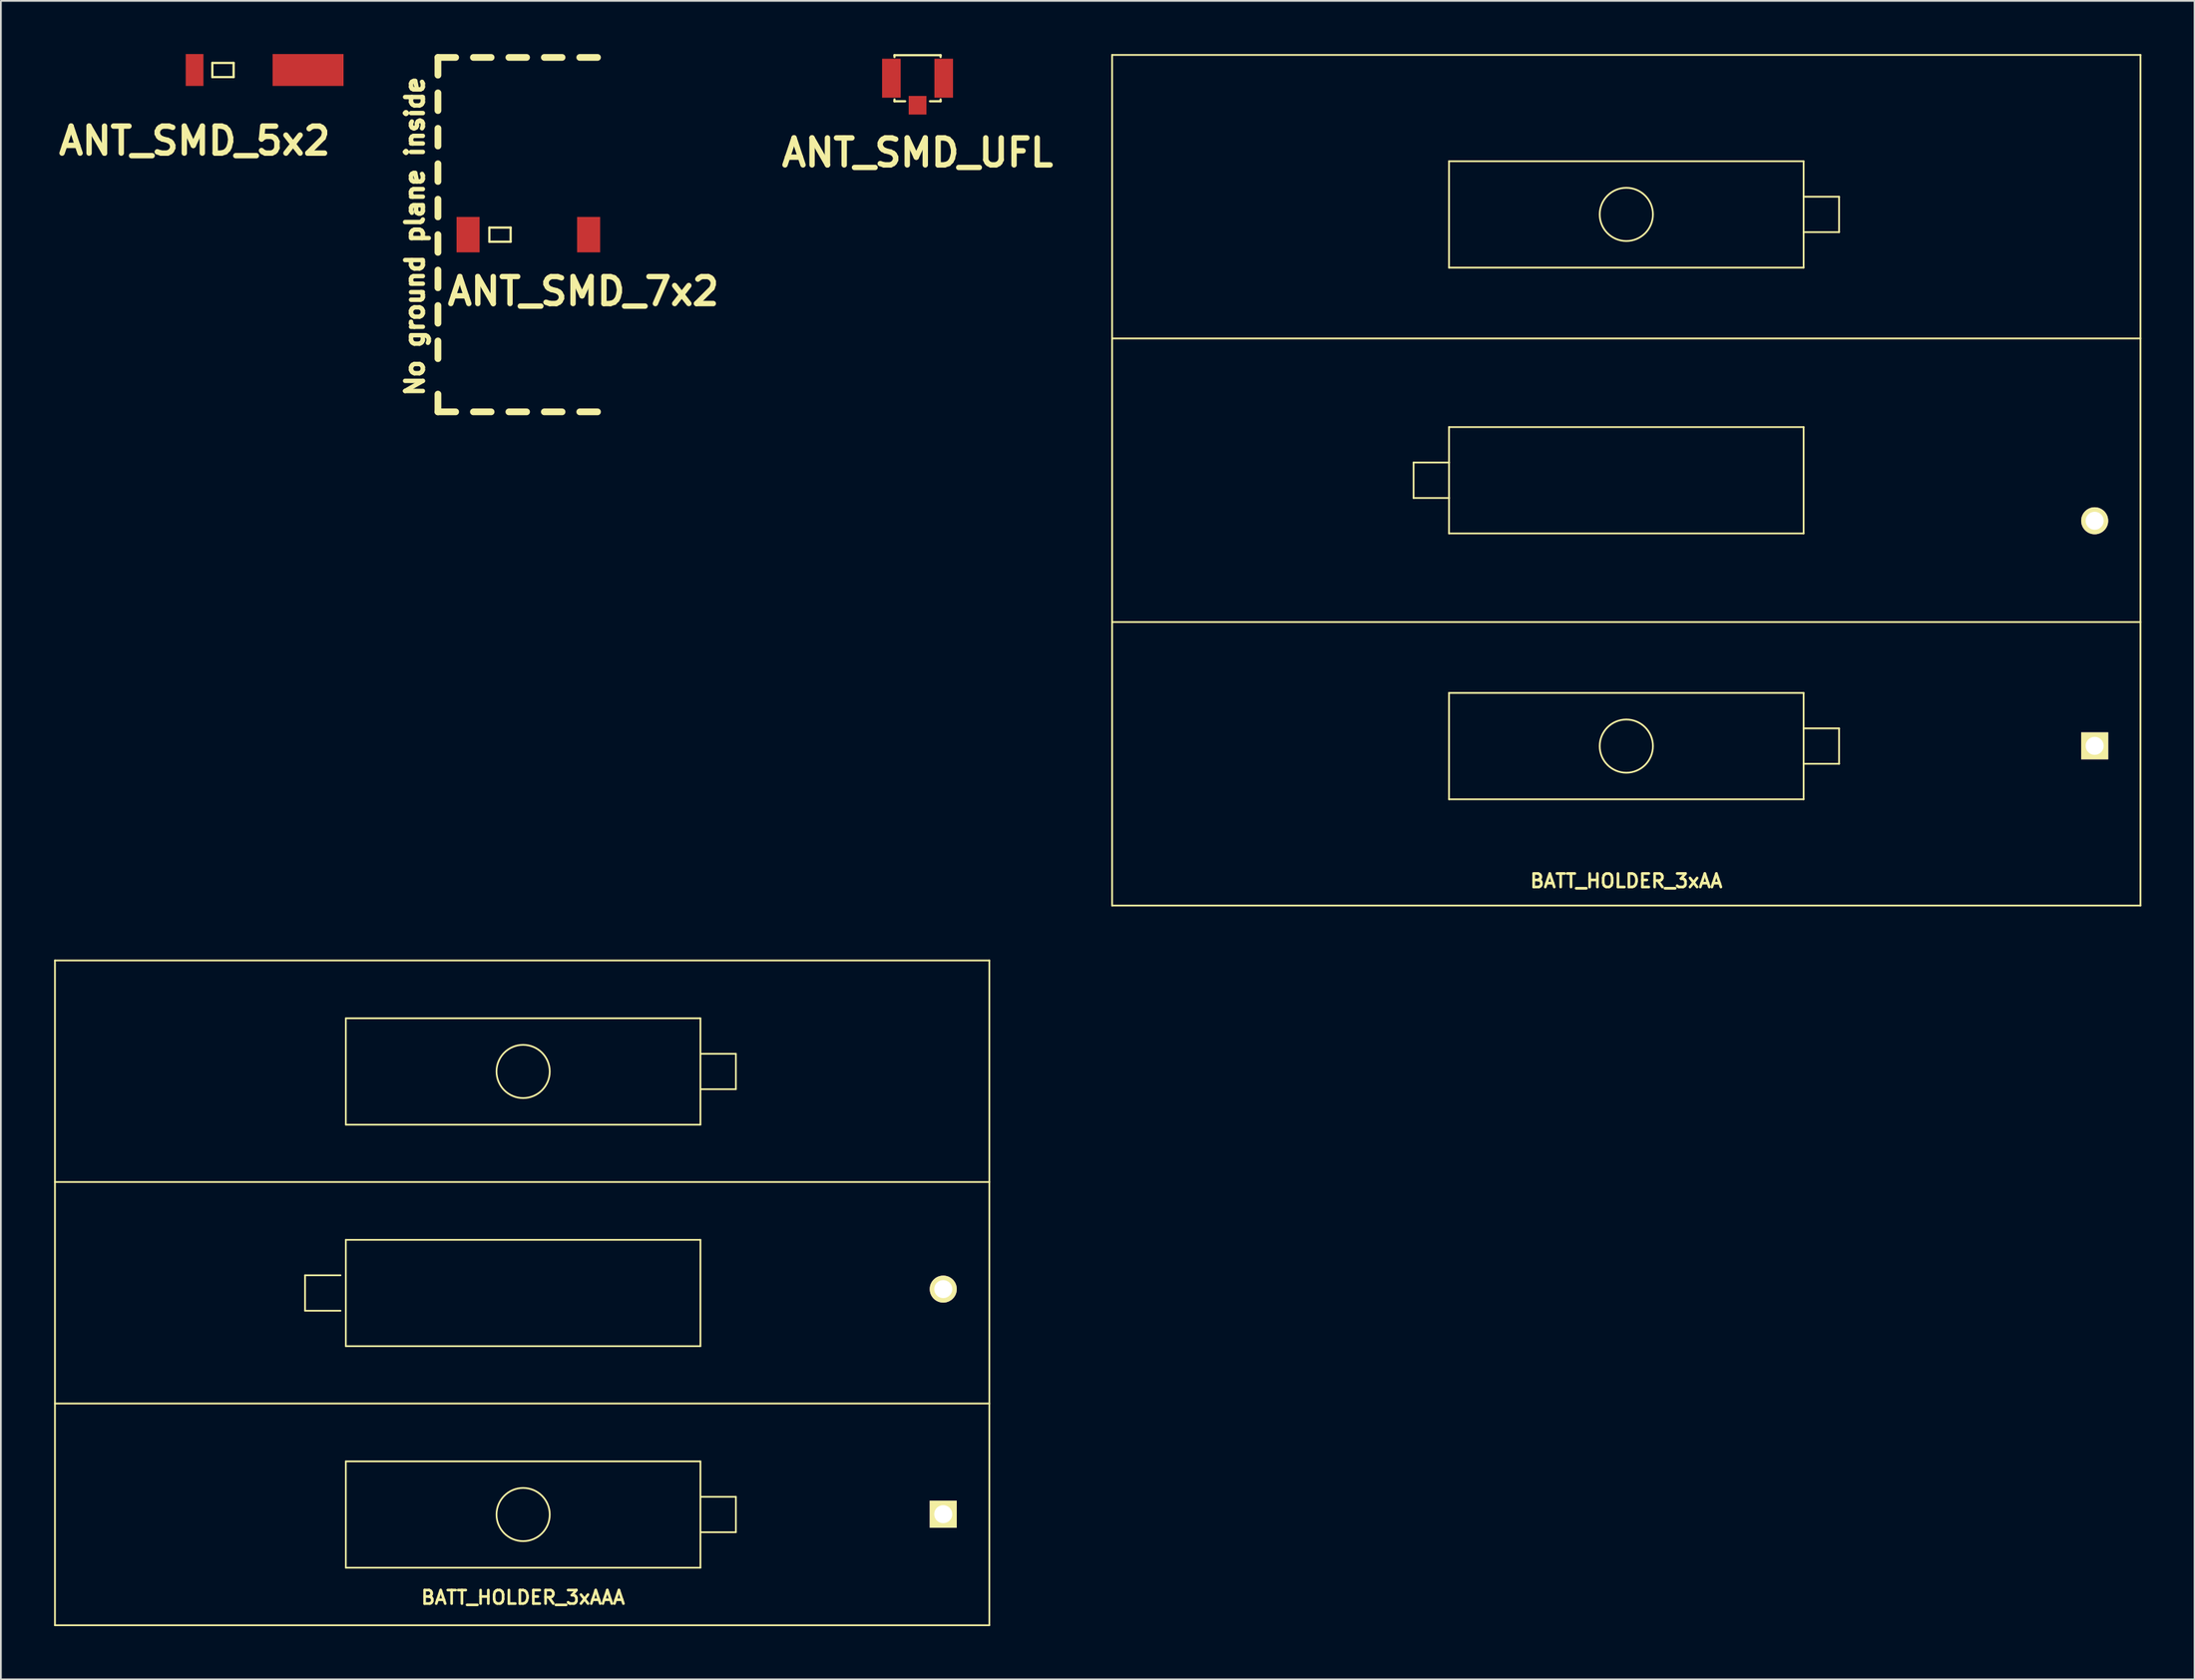
<source format=kicad_pcb>
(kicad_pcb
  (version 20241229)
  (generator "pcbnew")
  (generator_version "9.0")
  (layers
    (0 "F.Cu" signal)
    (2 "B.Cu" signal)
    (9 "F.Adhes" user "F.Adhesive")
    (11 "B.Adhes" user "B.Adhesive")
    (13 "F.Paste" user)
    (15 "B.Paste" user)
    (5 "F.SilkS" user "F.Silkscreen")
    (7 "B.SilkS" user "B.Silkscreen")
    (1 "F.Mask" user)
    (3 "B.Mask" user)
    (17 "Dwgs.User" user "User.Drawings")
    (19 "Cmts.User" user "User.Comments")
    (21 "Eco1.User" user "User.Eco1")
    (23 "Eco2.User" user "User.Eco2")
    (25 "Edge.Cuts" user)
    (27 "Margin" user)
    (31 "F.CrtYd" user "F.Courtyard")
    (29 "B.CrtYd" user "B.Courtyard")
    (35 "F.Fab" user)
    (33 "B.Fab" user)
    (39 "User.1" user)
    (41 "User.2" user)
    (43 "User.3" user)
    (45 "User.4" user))
  (footprint "BATT_HOLDER_3xAA"
    (layer "F.Cu")
    (at 115.092 39.036)
    (property "Reference" "BATT_HOLDER_3xAA" (at -26.416 7.62 0) (layer "F.SilkS") (effects (font (size 0.762 0.762) (thickness 0.152))))
    (attr through_hole)
    (fp_line (start -55.418 -38.986) (end 2.583 -38.986) (stroke (width 0.099) (type solid)) (layer "F.SilkS"))
    (fp_line (start -55.418 9.012) (end -55.418 -38.986) (stroke (width 0.099) (type solid)) (layer "F.SilkS"))
    (fp_line (start -55.418 9.012) (end 2.583 9.012) (stroke (width 0.099) (type solid)) (layer "F.SilkS"))
    (fp_line (start -55.415 -22.987) (end 2.583 -22.987) (stroke (width 0.099) (type solid)) (layer "F.SilkS"))
    (fp_line (start -55.415 -6.985) (end 2.583 -6.985) (stroke (width 0.099) (type solid)) (layer "F.SilkS"))
    (fp_line (start -38.415 -15.987) (end -38.415 -13.985) (stroke (width 0.099) (type solid)) (layer "F.SilkS"))
    (fp_line (start -38.415 -13.985) (end -36.416 -13.985) (stroke (width 0.099) (type solid)) (layer "F.SilkS"))
    (fp_line (start -36.416 -32.987) (end -16.416 -32.987) (stroke (width 0.099) (type solid)) (layer "F.SilkS"))
    (fp_line (start -36.416 -26.985) (end -36.416 -32.987) (stroke (width 0.099) (type solid)) (layer "F.SilkS"))
    (fp_line (start -36.416 -17.986) (end -16.416 -17.986) (stroke (width 0.099) (type solid)) (layer "F.SilkS"))
    (fp_line (start -36.416 -15.987) (end -38.415 -15.987) (stroke (width 0.099) (type solid)) (layer "F.SilkS"))
    (fp_line (start -36.416 -11.986) (end -36.416 -17.986) (stroke (width 0.099) (type solid)) (layer "F.SilkS"))
    (fp_line (start -36.416 -2.987) (end -16.416 -2.987) (stroke (width 0.099) (type solid)) (layer "F.SilkS"))
    (fp_line (start -36.416 3.015) (end -36.416 -2.987) (stroke (width 0.099) (type solid)) (layer "F.SilkS"))
    (fp_line (start -16.416 -32.987) (end -16.416 -26.985) (stroke (width 0.099) (type solid)) (layer "F.SilkS"))
    (fp_line (start -16.416 -30.985) (end -14.417 -30.985) (stroke (width 0.099) (type solid)) (layer "F.SilkS"))
    (fp_line (start -16.416 -26.985) (end -36.416 -26.985) (stroke (width 0.099) (type solid)) (layer "F.SilkS"))
    (fp_line (start -16.416 -17.986) (end -16.416 -11.986) (stroke (width 0.099) (type solid)) (layer "F.SilkS"))
    (fp_line (start -16.416 -11.986) (end -36.416 -11.986) (stroke (width 0.099) (type solid)) (layer "F.SilkS"))
    (fp_line (start -16.416 -2.987) (end -16.416 3.015) (stroke (width 0.099) (type solid)) (layer "F.SilkS"))
    (fp_line (start -16.416 -0.986) (end -14.417 -0.986) (stroke (width 0.099) (type solid)) (layer "F.SilkS"))
    (fp_line (start -16.416 3.015) (end -36.416 3.015) (stroke (width 0.099) (type solid)) (layer "F.SilkS"))
    (fp_line (start -14.417 -30.985) (end -14.417 -28.986) (stroke (width 0.099) (type solid)) (layer "F.SilkS"))
    (fp_line (start -14.417 -28.986) (end -16.416 -28.986) (stroke (width 0.099) (type solid)) (layer "F.SilkS"))
    (fp_line (start -14.417 -0.986) (end -14.417 1.013) (stroke (width 0.099) (type solid)) (layer "F.SilkS"))
    (fp_line (start -14.417 1.013) (end -16.416 1.013) (stroke (width 0.099) (type solid)) (layer "F.SilkS"))
    (fp_line (start 2.583 -38.986) (end 2.583 9.012) (stroke (width 0.099) (type solid)) (layer "F.SilkS"))
    (fp_circle (center -26.416 -29.987) (end -24.915 -29.987) (stroke (width 0.099) (type solid)) (fill no) (layer "F.SilkS"))
    (fp_circle (center -26.416 0.015) (end -24.915 0.015) (stroke (width 0.099) (type solid)) (fill no) (layer "F.SilkS"))
    (pad "1" thru_hole rect (at 0 0) (size 1.524 1.524) (drill 1.016) (layers "*.Cu" "*.Mask" "F.SilkS"))
    (pad "2" thru_hole circle (at 0 -12.7) (size 1.524 1.524) (drill 1.016) (layers "*.Cu" "*.Mask" "F.SilkS")))
  (footprint "ANT_SMD_UFL"
    (layer "F.Cu")
    (at 48.7 4.064)
    (property "Reference" "ANT_SMD_UFL" (at 0 1.501 0) (layer "F.SilkS") (effects (font (size 1.524 1.524) (thickness 0.305))))
    (attr through_hole)
    (fp_line (start -1.3 -4) (end -1.3 -3.899) (stroke (width 0.127) (type solid)) (layer "F.SilkS"))
    (fp_line (start -1.3 -1.501) (end -1.3 -1.4) (stroke (width 0.127) (type solid)) (layer "F.SilkS"))
    (fp_line (start -1.3 -1.4) (end -0.701 -1.4) (stroke (width 0.127) (type solid)) (layer "F.SilkS"))
    (fp_line (start 1.3 -4) (end -1.3 -4) (stroke (width 0.127) (type solid)) (layer "F.SilkS"))
    (fp_line (start 1.3 -3.899) (end 1.3 -4) (stroke (width 0.127) (type solid)) (layer "F.SilkS"))
    (fp_line (start 1.3 -1.501) (end 1.3 -1.4) (stroke (width 0.127) (type solid)) (layer "F.SilkS"))
    (fp_line (start 1.3 -1.4) (end 0.701 -1.4) (stroke (width 0.127) (type solid)) (layer "F.SilkS"))
    (pad "" smd rect (at -1.476 -2.7) (size 1.049 2.2) (layers "F.Cu" "F.Mask" "F.Paste"))
    (pad "" smd rect (at 1.476 -2.7) (size 1.049 2.2) (layers "F.Cu" "F.Mask" "F.Paste"))
    (pad "1" smd rect (at 0 -1.176) (size 1.001 1.049) (layers "F.Cu" "F.Mask" "F.Paste")))
  (footprint "BATT_HOLDER_3xAAA"
    (layer "F.Cu")
    (at 50.15 82.391)
    (property "Reference" "BATT_HOLDER_3xAAA" (at -23.7 4.7 0) (layer "F.SilkS") (effects (font (size 0.762 0.762) (thickness 0.152))))
    (attr through_hole)
    (fp_line (start -50.1 -31.244) (end 2.6 -31.244) (stroke (width 0.099) (type solid)) (layer "F.SilkS"))
    (fp_line (start -50.1 -18.744) (end 2.6 -18.744) (stroke (width 0.099) (type solid)) (layer "F.SilkS"))
    (fp_line (start -50.1 -6.244) (end 2.6 -6.244) (stroke (width 0.099) (type solid)) (layer "F.SilkS"))
    (fp_line (start -50.1 6.268) (end -50.1 -31.244) (stroke (width 0.099) (type solid)) (layer "F.SilkS"))
    (fp_line (start -50.1 6.268) (end 2.6 6.268) (stroke (width 0.099) (type solid)) (layer "F.SilkS"))
    (fp_line (start -35.994 -13.481) (end -35.994 -11.479) (stroke (width 0.099) (type solid)) (layer "F.SilkS"))
    (fp_line (start -35.994 -11.479) (end -33.995 -11.479) (stroke (width 0.099) (type solid)) (layer "F.SilkS"))
    (fp_line (start -33.995 -13.481) (end -35.994 -13.481) (stroke (width 0.099) (type solid)) (layer "F.SilkS"))
    (fp_line (start -33.695 -27.981) (end -13.695 -27.981) (stroke (width 0.099) (type solid)) (layer "F.SilkS"))
    (fp_line (start -33.695 -21.979) (end -33.695 -27.981) (stroke (width 0.099) (type solid)) (layer "F.SilkS"))
    (fp_line (start -33.695 -15.48) (end -13.695 -15.48) (stroke (width 0.099) (type solid)) (layer "F.SilkS"))
    (fp_line (start -33.695 -9.48) (end -33.695 -15.48) (stroke (width 0.099) (type solid)) (layer "F.SilkS"))
    (fp_line (start -33.695 -2.981) (end -13.695 -2.981) (stroke (width 0.099) (type solid)) (layer "F.SilkS"))
    (fp_line (start -33.695 3.021) (end -33.695 -2.981) (stroke (width 0.099) (type solid)) (layer "F.SilkS"))
    (fp_line (start -13.695 -27.981) (end -13.695 -21.979) (stroke (width 0.099) (type solid)) (layer "F.SilkS"))
    (fp_line (start -13.695 -25.979) (end -11.696 -25.979) (stroke (width 0.099) (type solid)) (layer "F.SilkS"))
    (fp_line (start -13.695 -21.979) (end -33.695 -21.979) (stroke (width 0.099) (type solid)) (layer "F.SilkS"))
    (fp_line (start -13.695 -15.48) (end -13.695 -9.48) (stroke (width 0.099) (type solid)) (layer "F.SilkS"))
    (fp_line (start -13.695 -9.48) (end -33.695 -9.48) (stroke (width 0.099) (type solid)) (layer "F.SilkS"))
    (fp_line (start -13.695 -2.981) (end -13.695 3.021) (stroke (width 0.099) (type solid)) (layer "F.SilkS"))
    (fp_line (start -13.695 -0.98) (end -11.696 -0.98) (stroke (width 0.099) (type solid)) (layer "F.SilkS"))
    (fp_line (start -13.695 3.021) (end -33.695 3.021) (stroke (width 0.099) (type solid)) (layer "F.SilkS"))
    (fp_line (start -11.696 -25.979) (end -11.696 -23.98) (stroke (width 0.099) (type solid)) (layer "F.SilkS"))
    (fp_line (start -11.696 -23.98) (end -13.695 -23.98) (stroke (width 0.099) (type solid)) (layer "F.SilkS"))
    (fp_line (start -11.696 -0.98) (end -11.696 1.019) (stroke (width 0.099) (type solid)) (layer "F.SilkS"))
    (fp_line (start -11.696 1.019) (end -13.695 1.019) (stroke (width 0.099) (type solid)) (layer "F.SilkS"))
    (fp_line (start 2.6 -31.244) (end 2.6 6.268) (stroke (width 0.099) (type solid)) (layer "F.SilkS"))
    (fp_circle (center -23.695 -24.981) (end -22.194 -24.981) (stroke (width 0.099) (type solid)) (fill no) (layer "F.SilkS"))
    (fp_circle (center -23.695 0.021) (end -22.194 0.021) (stroke (width 0.099) (type solid)) (fill no) (layer "F.SilkS"))
    (pad "1" thru_hole rect (at 0 0) (size 1.524 1.524) (drill 1.016) (layers "*.Cu" "*.Mask" "F.SilkS"))
    (pad "2" thru_hole circle (at 0 -12.7) (size 1.524 1.524) (drill 1.016) (layers "*.Cu" "*.Mask" "F.SilkS")))
  (footprint "ANT_SMD_7x2"
    (layer "F.Cu")
    (at 23.35 10.19)
    (property "Reference" "ANT_SMD_7x2" (at 6.5 3.2 0) (layer "F.SilkS") (effects (font (size 1.524 1.524) (thickness 0.305))))
    (attr through_hole)
    (fp_line (start -1.699 -10) (end -1.699 -8.999) (stroke (width 0.381) (type solid)) (layer "F.SilkS"))
    (fp_line (start -1.699 -10) (end -0.701 -10) (stroke (width 0.381) (type solid)) (layer "F.SilkS"))
    (fp_line (start -1.699 -8.001) (end -1.699 -7) (stroke (width 0.381) (type solid)) (layer "F.SilkS"))
    (fp_line (start -1.699 -5.999) (end -1.699 -5.001) (stroke (width 0.381) (type solid)) (layer "F.SilkS"))
    (fp_line (start -1.699 -4) (end -1.699 -3) (stroke (width 0.381) (type solid)) (layer "F.SilkS"))
    (fp_line (start -1.699 -1.999) (end -1.699 -1.001) (stroke (width 0.381) (type solid)) (layer "F.SilkS"))
    (fp_line (start -1.699 0) (end -1.699 1.001) (stroke (width 0.381) (type solid)) (layer "F.SilkS"))
    (fp_line (start -1.699 1.999) (end -1.699 3) (stroke (width 0.381) (type solid)) (layer "F.SilkS"))
    (fp_line (start -1.699 4) (end -1.699 5.001) (stroke (width 0.381) (type solid)) (layer "F.SilkS"))
    (fp_line (start -1.699 5.999) (end -1.699 7) (stroke (width 0.381) (type solid)) (layer "F.SilkS"))
    (fp_line (start -1.699 8.999) (end -1.699 10) (stroke (width 0.381) (type solid)) (layer "F.SilkS"))
    (fp_line (start -1.699 10) (end -0.701 10) (stroke (width 0.381) (type solid)) (layer "F.SilkS"))
    (fp_line (start 0.3 -10) (end 1.3 -10) (stroke (width 0.381) (type solid)) (layer "F.SilkS"))
    (fp_line (start 0.3 10) (end 1.3 10) (stroke (width 0.381) (type solid)) (layer "F.SilkS"))
    (fp_line (start 1.199 -0.399) (end 2.4 -0.399) (stroke (width 0.127) (type solid)) (layer "F.SilkS"))
    (fp_line (start 1.199 0.399) (end 1.199 -0.399) (stroke (width 0.127) (type solid)) (layer "F.SilkS"))
    (fp_line (start 2.301 -10) (end 3.299 -10) (stroke (width 0.381) (type solid)) (layer "F.SilkS"))
    (fp_line (start 2.301 10) (end 3.299 10) (stroke (width 0.381) (type solid)) (layer "F.SilkS"))
    (fp_line (start 2.4 -0.399) (end 2.4 0.399) (stroke (width 0.127) (type solid)) (layer "F.SilkS"))
    (fp_line (start 2.4 0.399) (end 1.199 0.399) (stroke (width 0.127) (type solid)) (layer "F.SilkS"))
    (fp_line (start 4.3 -10) (end 5.301 -10) (stroke (width 0.381) (type solid)) (layer "F.SilkS"))
    (fp_line (start 4.3 10) (end 5.301 10) (stroke (width 0.381) (type solid)) (layer "F.SilkS"))
    (fp_line (start 6.299 -10) (end 7.3 -10) (stroke (width 0.381) (type solid)) (layer "F.SilkS"))
    (fp_line (start 6.299 10) (end 7.3 10) (stroke (width 0.381) (type solid)) (layer "F.SilkS"))
    (fp_text user "No ground plane inside" (at -3 0.099 90) (layer "F.SilkS") (effects (font (size 1.001 1.001) (thickness 0.251))))
    (pad "1" smd rect (at 0 0) (size 1.3 1.999) (layers "F.Cu" "F.Mask" "F.Paste"))
    (pad "2" smd rect (at 6.8 0) (size 1.3 1.999) (layers "F.Cu" "F.Mask" "F.Paste")))
  (footprint "ANT_SMD_5x2"
    (layer "F.Cu")
    (at 7.925 0.9)
    (property "Reference" "ANT_SMD_5x2" (at 0 4 0) (layer "F.SilkS") (effects (font (size 1.524 1.524) (thickness 0.305))))
    (attr through_hole)
    (fp_line (start 1.001 -0.399) (end 2.2 -0.399) (stroke (width 0.127) (type solid)) (layer "F.SilkS"))
    (fp_line (start 1.001 0.399) (end 1.001 -0.399) (stroke (width 0.127) (type solid)) (layer "F.SilkS"))
    (fp_line (start 2.2 -0.399) (end 2.2 0.399) (stroke (width 0.127) (type solid)) (layer "F.SilkS"))
    (fp_line (start 2.2 0.399) (end 1.001 0.399) (stroke (width 0.127) (type solid)) (layer "F.SilkS"))
    (pad "1" smd rect (at 0 0) (size 1.001 1.801) (layers "F.Cu" "F.Mask" "F.Paste"))
    (pad "2" smd rect (at 6.401 0) (size 4 1.801) (layers "F.Cu" "F.Mask" "F.Paste")))
  (gr_rect
    (start -3 -3)
    (end 120.724 91.708)
    (stroke (width 0.1) (type default))
    (fill no)
    (layer "Edge.Cuts")))
</source>
